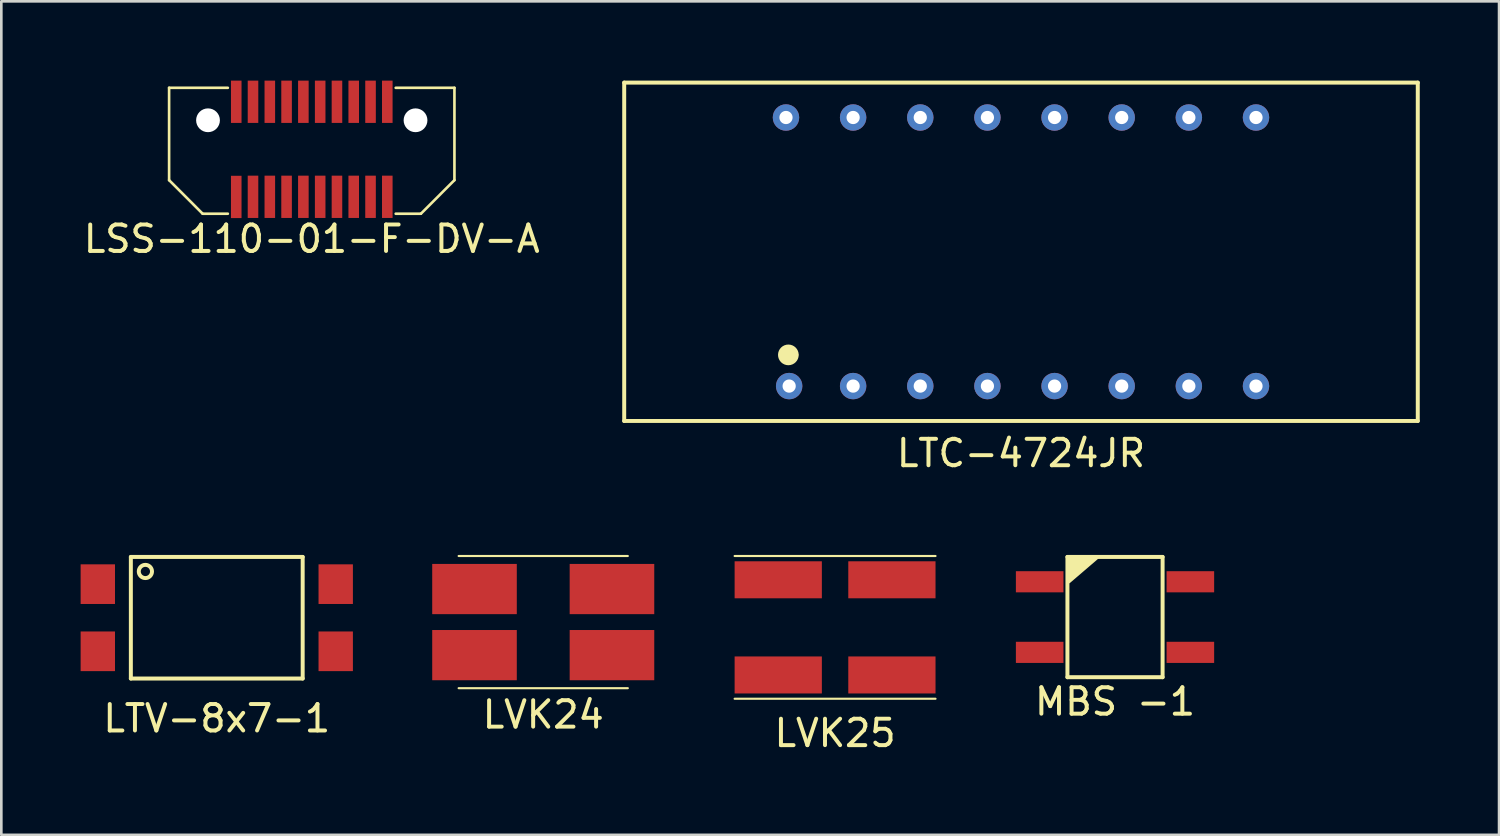
<source format=kicad_pcb>
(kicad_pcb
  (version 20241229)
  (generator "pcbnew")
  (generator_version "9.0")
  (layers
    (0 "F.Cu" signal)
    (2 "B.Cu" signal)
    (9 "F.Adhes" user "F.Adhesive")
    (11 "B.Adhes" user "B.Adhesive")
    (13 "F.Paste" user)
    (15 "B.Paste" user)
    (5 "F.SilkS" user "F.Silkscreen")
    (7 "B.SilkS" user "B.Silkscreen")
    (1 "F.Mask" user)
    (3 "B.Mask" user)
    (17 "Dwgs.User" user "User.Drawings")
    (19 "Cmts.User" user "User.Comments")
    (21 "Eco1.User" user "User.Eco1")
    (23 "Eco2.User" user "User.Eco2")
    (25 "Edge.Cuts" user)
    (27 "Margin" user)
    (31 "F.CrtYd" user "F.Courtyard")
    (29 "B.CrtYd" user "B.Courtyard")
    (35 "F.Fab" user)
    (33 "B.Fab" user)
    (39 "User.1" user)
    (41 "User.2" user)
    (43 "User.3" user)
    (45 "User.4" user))
  (footprint "LTC-4724JR"
    (layer "F.Cu")
    (at 35.573 6.475)
    (property "Reference" "LTC-4724JR" (at 0 7.62 0) (layer "F.SilkS") (effects (font (size 1 1) (thickness 0.15))))
    (attr through_hole)
    (fp_line (start -15.01 -6.4) (end 15.01 -6.4) (stroke (width 0.15) (type solid)) (layer "F.SilkS"))
    (fp_line (start -15.01 6.4) (end -15.01 -6.4) (stroke (width 0.15) (type solid)) (layer "F.SilkS"))
    (fp_line (start 15.01 -6.4) (end 15.01 6.4) (stroke (width 0.15) (type solid)) (layer "F.SilkS"))
    (fp_line (start 15.01 6.4) (end -15.01 6.4) (stroke (width 0.15) (type solid)) (layer "F.SilkS"))
    (fp_circle (center -8.8 3.9) (end -8.5 3.8) (stroke (width 0.15) (type solid)) (fill no) (layer "F.SilkS"))
    (fp_poly (pts (xy -9 3.7) (xy -8.6 3.7) (xy -8.5 3.9) (xy -8.7 4.1) (xy -9 4.1) (xy -9 3.9)) (stroke (width 0.15) (type solid)) (fill yes) (layer "F.SilkS"))
    (pad "1" thru_hole circle (at -8.77 5.08) (size 1 1) (drill 0.5) (layers "*.Cu" "*.Mask"))
    (pad "2" thru_hole circle (at -6.35 5.08) (size 1 1) (drill 0.5) (layers "*.Cu" "*.Mask"))
    (pad "3" thru_hole circle (at -3.81 5.08) (size 1 1) (drill 0.5) (layers "*.Cu" "*.Mask"))
    (pad "4" thru_hole circle (at -1.27 5.08) (size 1 1) (drill 0.5) (layers "*.Cu" "*.Mask"))
    (pad "5" thru_hole circle (at 1.27 5.08) (size 1 1) (drill 0.5) (layers "*.Cu" "*.Mask"))
    (pad "6" thru_hole circle (at 3.81 5.08) (size 1 1) (drill 0.5) (layers "*.Cu" "*.Mask"))
    (pad "7" thru_hole circle (at 6.35 5.08) (size 1 1) (drill 0.5) (layers "*.Cu" "*.Mask"))
    (pad "8" thru_hole circle (at 8.89 5.08) (size 1 1) (drill 0.5) (layers "*.Cu" "*.Mask"))
    (pad "9" thru_hole circle (at 8.89 -5.08) (size 1 1) (drill 0.5) (layers "*.Cu" "*.Mask"))
    (pad "10" thru_hole circle (at 6.35 -5.08) (size 1 1) (drill 0.5) (layers "*.Cu" "*.Mask"))
    (pad "11" thru_hole circle (at 3.81 -5.08) (size 1 1) (drill 0.5) (layers "*.Cu" "*.Mask"))
    (pad "12" thru_hole circle (at 1.27 -5.08) (size 1 1) (drill 0.5) (layers "*.Cu" "*.Mask"))
    (pad "13" thru_hole circle (at -1.27 -5.08) (size 1 1) (drill 0.5) (layers "*.Cu" "*.Mask"))
    (pad "14" thru_hole circle (at -3.81 -5.08) (size 1 1) (drill 0.5) (layers "*.Cu" "*.Mask"))
    (pad "15" thru_hole circle (at -6.35 -5.08) (size 1 1) (drill 0.5) (layers "*.Cu" "*.Mask"))
    (pad "16" thru_hole circle (at -8.89 -5.08) (size 1 1) (drill 0.5) (layers "*.Cu" "*.Mask")))
  (footprint "MBS -1"
    (layer "F.Cu")
    (at 39.13 20.293)
    (property "Reference" "MBS -1" (at 0 3.2 0) (layer "F.SilkS") (effects (font (size 1 1) (thickness 0.15))))
    (attr through_hole)
    (fp_line (start -1.8 -2.275) (end 1.8 -2.275) (stroke (width 0.15) (type solid)) (layer "F.SilkS"))
    (fp_line (start -1.8 2.275) (end -1.8 -2.275) (stroke (width 0.15) (type solid)) (layer "F.SilkS"))
    (fp_line (start 1.8 -2.275) (end 1.8 2.275) (stroke (width 0.15) (type solid)) (layer "F.SilkS"))
    (fp_line (start 1.8 2.275) (end -1.8 2.275) (stroke (width 0.15) (type solid)) (layer "F.SilkS"))
    (fp_poly (pts (xy -1.75 -2.25) (xy -0.7 -2.25) (xy -1.75 -1.35)) (stroke (width 0.15) (type solid)) (fill yes) (layer "F.SilkS"))
    (pad "1" smd rect (at -2.85 -1.335 90) (size 0.8 1.8) (layers "F.Cu" "F.Mask" "F.Paste"))
    (pad "2" smd rect (at -2.85 1.335 90) (size 0.8 1.8) (layers "F.Cu" "F.Mask" "F.Paste"))
    (pad "3" smd rect (at 2.85 1.335 90) (size 0.8 1.8) (layers "F.Cu" "F.Mask" "F.Paste"))
    (pad "4" smd rect (at 2.85 -1.335 90) (size 0.8 1.8) (layers "F.Cu" "F.Mask" "F.Paste")))
  (footprint "LVK25"
    (layer "F.Cu")
    (at 28.54 20.683)
    (property "Reference" "LVK25" (at 0 4 0) (layer "F.SilkS") (effects (font (size 1 1) (thickness 0.15))))
    (attr through_hole)
    (fp_line (start -3.8 -2.7) (end 3.8 -2.7) (stroke (width 0.08) (type solid)) (layer "F.SilkS"))
    (fp_line (start -3.8 2.7) (end 3.8 2.7) (stroke (width 0.08) (type solid)) (layer "F.SilkS"))
    (pad "1" smd rect (at 2.15 -1.8) (size 3.3 1.4) (layers "F.Cu" "F.Mask" "F.Paste"))
    (pad "2" smd rect (at 2.15 1.8) (size 3.3 1.4) (layers "F.Cu" "F.Mask" "F.Paste"))
    (pad "3" smd rect (at -2.15 1.8) (size 3.3 1.4) (layers "F.Cu" "F.Mask" "F.Paste"))
    (pad "4" smd rect (at -2.15 -1.8) (size 3.3 1.4) (layers "F.Cu" "F.Mask" "F.Paste")))
  (footprint "LTV-8x7-1"
    (layer "F.Cu")
    (at 5.15 20.318)
    (property "Reference" "LTV-8x7-1" (at 0 3.81 0) (layer "F.SilkS") (effects (font (size 1 1) (thickness 0.15))))
    (attr through_hole)
    (fp_line (start -3.25 -2.3) (end -3.25 2.3) (stroke (width 0.15) (type solid)) (layer "F.SilkS"))
    (fp_line (start -3.25 2.3) (end 3.25 2.3) (stroke (width 0.15) (type solid)) (layer "F.SilkS"))
    (fp_line (start 3.25 -2.3) (end -3.25 -2.3) (stroke (width 0.15) (type solid)) (layer "F.SilkS"))
    (fp_line (start 3.25 2.3) (end 3.25 -2.3) (stroke (width 0.15) (type solid)) (layer "F.SilkS"))
    (fp_circle (center -2.7 -1.75) (end -2.45 -1.75) (stroke (width 0.15) (type solid)) (fill no) (layer "F.SilkS"))
    (pad "1" smd rect (at -4.5 -1.27) (size 1.3 1.5) (layers "F.Cu" "F.Mask" "F.Paste"))
    (pad "2" smd rect (at -4.5 1.27) (size 1.3 1.5) (layers "F.Cu" "F.Mask" "F.Paste"))
    (pad "3" smd rect (at 4.5 1.27) (size 1.3 1.5) (layers "F.Cu" "F.Mask" "F.Paste"))
    (pad "4" smd rect (at 4.5 -1.27) (size 1.3 1.5) (layers "F.Cu" "F.Mask" "F.Paste")))
  (footprint "LVK24"
    (layer "F.Cu")
    (at 17.5 20.483)
    (property "Reference" "LVK24" (at 0 3.5 0) (layer "F.SilkS") (effects (font (size 1 1) (thickness 0.15))))
    (attr through_hole)
    (fp_line (start -3.2 -2.5) (end 3.2 -2.5) (stroke (width 0.08) (type solid)) (layer "F.SilkS"))
    (fp_line (start -3.2 2.5) (end 3.2 2.5) (stroke (width 0.08) (type solid)) (layer "F.SilkS"))
    (pad "1" smd rect (at 2.6 -1.25) (size 3.2 1.9) (layers "F.Cu" "F.Mask" "F.Paste"))
    (pad "2" smd rect (at 2.6 1.25) (size 3.2 1.9) (layers "F.Cu" "F.Mask" "F.Paste"))
    (pad "3" smd rect (at -2.6 1.25) (size 3.2 1.9) (layers "F.Cu" "F.Mask" "F.Paste"))
    (pad "4" smd rect (at -2.6 -1.25) (size 3.2 1.9) (layers "F.Cu" "F.Mask" "F.Paste")))
  (footprint "LSS-110-01-F-DV-A"
    (layer "F.Cu")
    (at 8.744 2.6)
    (property "Reference" "LSS-110-01-F-DV-A" (at 0 3.388 0) (layer "F.SilkS") (effects (font (size 1 1) (thickness 0.15))))
    (attr smd)
    (fp_line (start -5.397 1.165) (end -5.397 -2.328) (stroke (width 0.1) (type solid)) (layer "F.SilkS"))
    (fp_line (start -4.128 2.435) (end -5.397 1.165) (stroke (width 0.1) (type solid)) (layer "F.SilkS"))
    (fp_line (start -3.175 -2.328) (end -5.397 -2.328) (stroke (width 0.1) (type solid)) (layer "F.SilkS"))
    (fp_line (start -3.175 2.435) (end -4.128 2.435) (stroke (width 0.1) (type solid)) (layer "F.SilkS"))
    (fp_line (start 3.175 2.435) (end 4.128 2.435) (stroke (width 0.1) (type solid)) (layer "F.SilkS"))
    (fp_line (start 4.128 2.435) (end 5.397 1.165) (stroke (width 0.1) (type solid)) (layer "F.SilkS"))
    (fp_line (start 5.397 -2.328) (end 3.175 -2.328) (stroke (width 0.1) (type solid)) (layer "F.SilkS"))
    (fp_line (start 5.397 1.165) (end 5.397 -2.328) (stroke (width 0.1) (type solid)) (layer "F.SilkS"))
    (pad "" np_thru_hole circle (at -3.925 -1.1) (size 0.9 0.9) (drill 0.9) (layers "*.Cu" "*.Mask"))
    (pad "" np_thru_hole circle (at 3.925 -1.1) (size 0.9 0.9) (drill 0.9) (layers "*.Cu" "*.Mask"))
    (pad "1" smd rect (at 2.857 1.795) (size 0.4 1.6) (layers "F.Cu" "F.Mask" "F.Paste"))
    (pad "2" smd rect (at 2.857 -1.8) (size 0.4 1.6) (layers "F.Cu" "F.Mask" "F.Paste"))
    (pad "3" smd rect (at 2.223 1.795) (size 0.4 1.6) (layers "F.Cu" "F.Mask" "F.Paste"))
    (pad "4" smd rect (at 2.223 -1.8) (size 0.4 1.6) (layers "F.Cu" "F.Mask" "F.Paste"))
    (pad "5" smd rect (at 1.587 1.795) (size 0.4 1.6) (layers "F.Cu" "F.Mask" "F.Paste"))
    (pad "6" smd rect (at 1.587 -1.8) (size 0.4 1.6) (layers "F.Cu" "F.Mask" "F.Paste"))
    (pad "7" smd rect (at 0.953 1.795) (size 0.4 1.6) (layers "F.Cu" "F.Mask" "F.Paste"))
    (pad "8" smd rect (at 0.953 -1.8) (size 0.4 1.6) (layers "F.Cu" "F.Mask" "F.Paste"))
    (pad "9" smd rect (at 0.318 1.795) (size 0.4 1.6) (layers "F.Cu" "F.Mask" "F.Paste"))
    (pad "10" smd rect (at 0.318 -1.8) (size 0.4 1.6) (layers "F.Cu" "F.Mask" "F.Paste"))
    (pad "11" smd rect (at -0.318 1.795) (size 0.4 1.6) (layers "F.Cu" "F.Mask" "F.Paste"))
    (pad "12" smd rect (at -0.318 -1.8) (size 0.4 1.6) (layers "F.Cu" "F.Mask" "F.Paste"))
    (pad "13" smd rect (at -0.953 1.795) (size 0.4 1.6) (layers "F.Cu" "F.Mask" "F.Paste"))
    (pad "14" smd rect (at -0.953 -1.8) (size 0.4 1.6) (layers "F.Cu" "F.Mask" "F.Paste"))
    (pad "15" smd rect (at -1.587 1.795) (size 0.4 1.6) (layers "F.Cu" "F.Mask" "F.Paste"))
    (pad "16" smd rect (at -1.587 -1.8) (size 0.4 1.6) (layers "F.Cu" "F.Mask" "F.Paste"))
    (pad "17" smd rect (at -2.223 1.795) (size 0.4 1.6) (layers "F.Cu" "F.Mask" "F.Paste"))
    (pad "18" smd rect (at -2.223 -1.8) (size 0.4 1.6) (layers "F.Cu" "F.Mask" "F.Paste"))
    (pad "19" smd rect (at -2.857 1.8) (size 0.4 1.6) (layers "F.Cu" "F.Mask" "F.Paste"))
    (pad "20" smd rect (at -2.857 -1.8) (size 0.4 1.6) (layers "F.Cu" "F.Mask" "F.Paste")))
  (gr_rect
    (start -3 -3)
    (end 53.658 28.532)
    (stroke (width 0.1) (type default))
    (fill no)
    (layer "Edge.Cuts")))
</source>
